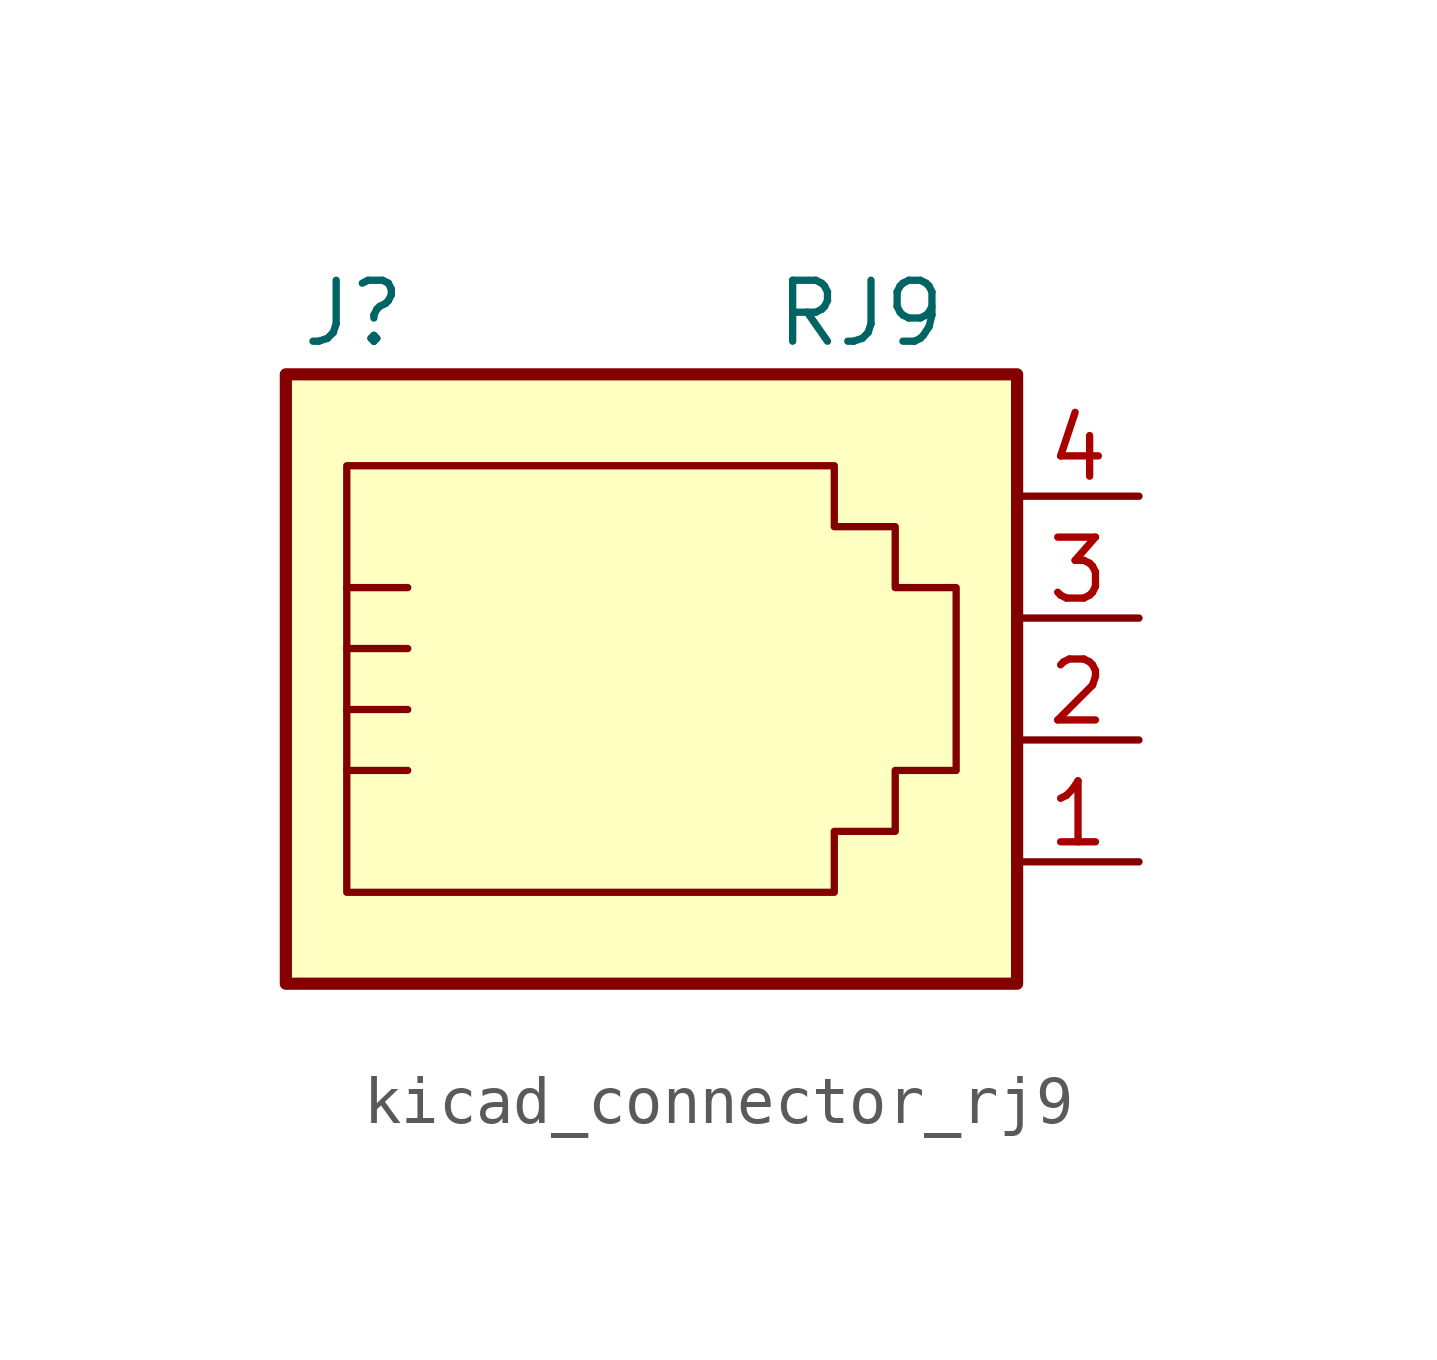
<source format=kicad_sym>
(kicad_symbol_lib
  (version 20220914)
  (generator kicad_symbol_editor)
  (symbol "kicad_connector_rj9"
    (pin_names
      (offset 1.016))
    (property "Reference" "J"
      (at -5.08 8.89 0)
      (effects (font (size 1.27 1.27)) (justify right)))
    (property "Value" "RJ9"
      (at 2.54 8.89 0)
      (effects (font (size 1.27 1.27)) (justify left)))
    (symbol "kicad_connector_rj9_0_1"
      (polyline (pts (xy -6.35 -0.635) (xy -5.08 -0.635) (xy -5.08 -0.635)) (stroke (width 0) (type default)) (fill (type none)))
      (polyline (pts (xy -6.35 0.635) (xy -5.08 0.635) (xy -5.08 0.635)) (stroke (width 0) (type default)) (fill (type none)))
      (polyline (pts (xy -6.35 1.905) (xy -5.08 1.905) (xy -5.08 1.905)) (stroke (width 0) (type default)) (fill (type none)))
      (polyline (pts (xy -6.35 3.175) (xy -5.08 3.175) (xy -5.08 3.175)) (stroke (width 0) (type default)) (fill (type none)))
      (polyline (pts (xy -6.35 -3.175) (xy -6.35 5.715) (xy -1.27 5.715) (xy 3.81 5.715) (xy 3.81 4.445) (xy 5.08 4.445) (xy 5.08 3.175) (xy 6.35 3.175) (xy 6.35 -0.635) (xy 5.08 -0.635) (xy 5.08 -1.905) (xy 3.81 -1.905) (xy 3.81 -3.175) (xy -6.35 -3.175) (xy -6.35 -3.175)) (stroke (width 0) (type default)) (fill (type none)))
      (rectangle (start 7.62 7.62) (end -7.62 -5.08) (stroke (width 0.254) (type default)) (fill (type background))))
    (symbol "kicad_connector_rj9_1_1"
      (pin passive line (at 10.16 -2.54 180) (length 2.54) (name "~" (effects (font (size 1.27 1.27)))) (number "1" (effects (font (size 1.27 1.27)))))
      (pin passive line (at 10.16 0 180) (length 2.54) (name "~" (effects (font (size 1.27 1.27)))) (number "2" (effects (font (size 1.27 1.27)))))
      (pin passive line (at 10.16 2.54 180) (length 2.54) (name "~" (effects (font (size 1.27 1.27)))) (number "3" (effects (font (size 1.27 1.27)))))
      (pin passive line (at 10.16 5.08 180) (length 2.54) (name "~" (effects (font (size 1.27 1.27)))) (number "4" (effects (font (size 1.27 1.27))))))))
</source>
